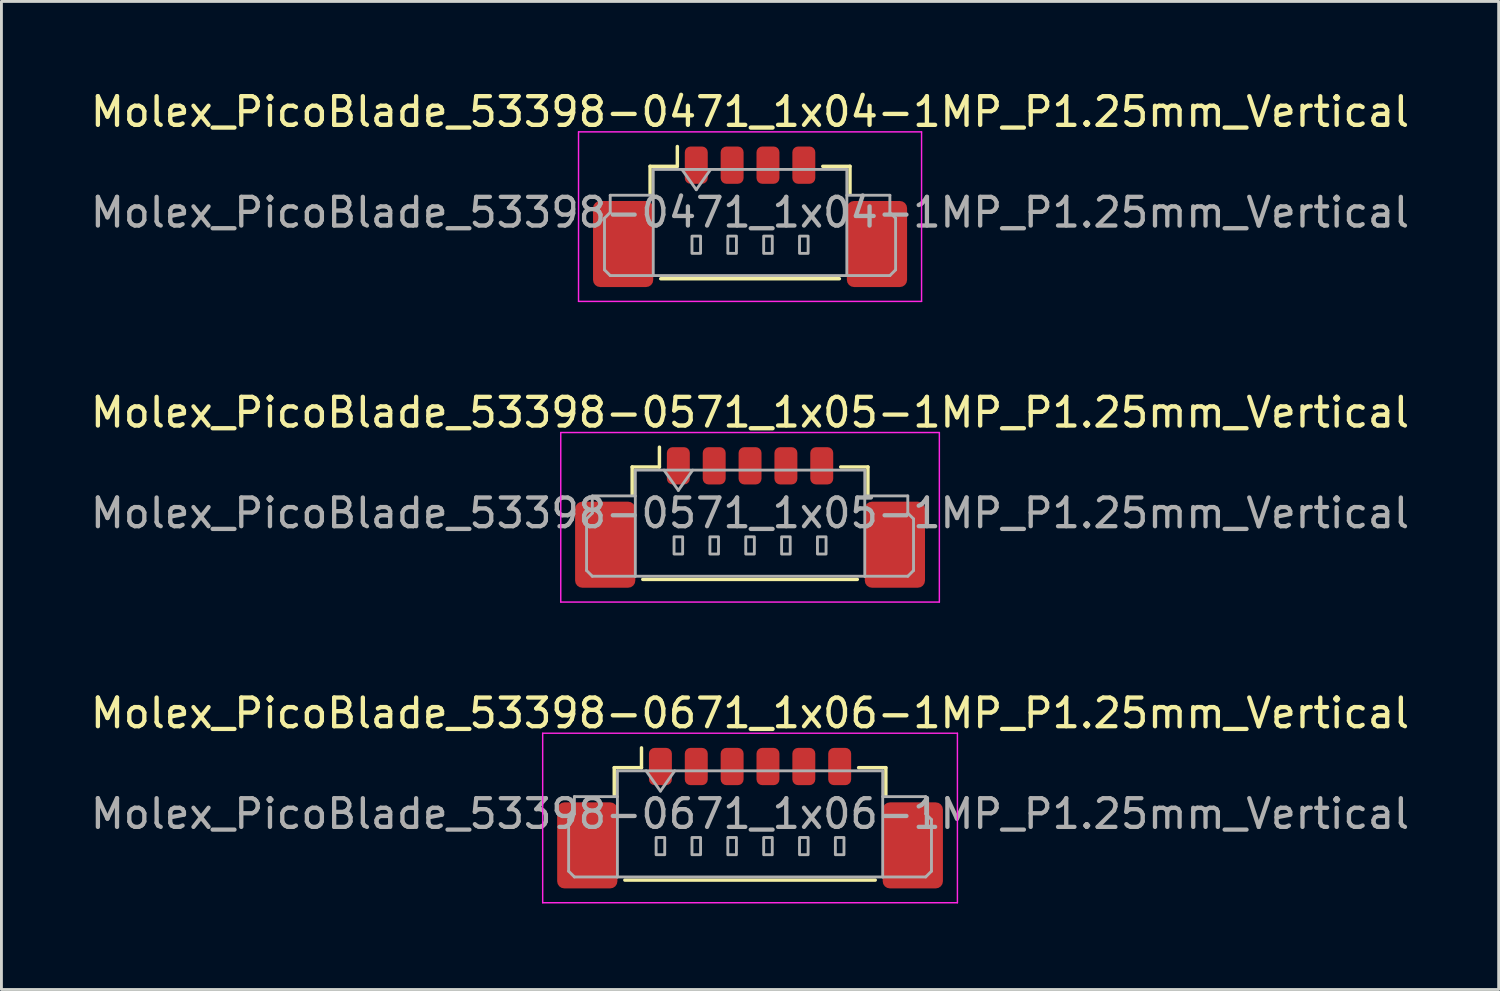
<source format=kicad_pcb>
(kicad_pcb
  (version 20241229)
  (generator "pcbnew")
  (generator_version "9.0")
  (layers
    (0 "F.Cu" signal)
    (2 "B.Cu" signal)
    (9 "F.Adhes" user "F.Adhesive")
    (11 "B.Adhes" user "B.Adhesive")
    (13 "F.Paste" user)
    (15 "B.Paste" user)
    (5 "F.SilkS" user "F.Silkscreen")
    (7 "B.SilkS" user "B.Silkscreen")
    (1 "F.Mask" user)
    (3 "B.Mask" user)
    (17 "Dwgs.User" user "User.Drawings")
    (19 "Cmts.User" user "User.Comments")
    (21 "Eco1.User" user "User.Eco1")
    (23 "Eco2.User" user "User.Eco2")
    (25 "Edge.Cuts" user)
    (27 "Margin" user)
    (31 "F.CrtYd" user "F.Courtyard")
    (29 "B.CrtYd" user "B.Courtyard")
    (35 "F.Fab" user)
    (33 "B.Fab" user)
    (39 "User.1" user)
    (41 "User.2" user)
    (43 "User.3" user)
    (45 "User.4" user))
  (footprint "Molex_PicoBlade_53398-0671_1x06-1MP_P1.25mm_Vertical"
    (layer "F.Cu")
    (at 23.101 24.925)
    (property "Reference" "Molex_PicoBlade_53398-0671_1x06-1MP_P1.25mm_Vertical" (at 0 -3.11 0) (layer "F.SilkS") (effects (font (size 1 1) (thickness 0.15))))
    (attr smd)
    (fp_line (start -4.735 -1.21) (end -3.785 -1.21) (stroke (width 0.12) (type solid)) (layer "F.SilkS"))
    (fp_line (start -4.735 -0.26) (end -4.735 -1.21) (stroke (width 0.12) (type solid)) (layer "F.SilkS"))
    (fp_line (start -4.365 2.71) (end 4.365 2.71) (stroke (width 0.12) (type solid)) (layer "F.SilkS"))
    (fp_line (start -3.785 -1.21) (end -3.785 -1.9) (stroke (width 0.12) (type solid)) (layer "F.SilkS"))
    (fp_line (start 4.735 -1.21) (end 3.785 -1.21) (stroke (width 0.12) (type solid)) (layer "F.SilkS"))
    (fp_line (start 4.735 -0.26) (end 4.735 -1.21) (stroke (width 0.12) (type solid)) (layer "F.SilkS"))
    (fp_line (start -7.23 -2.41) (end -7.23 3.5) (stroke (width 0.05) (type solid)) (layer "F.CrtYd"))
    (fp_line (start -7.23 3.5) (end 7.23 3.5) (stroke (width 0.05) (type solid)) (layer "F.CrtYd"))
    (fp_line (start 7.23 -2.41) (end -7.23 -2.41) (stroke (width 0.05) (type solid)) (layer "F.CrtYd"))
    (fp_line (start 7.23 3.5) (end 7.23 -2.41) (stroke (width 0.05) (type solid)) (layer "F.CrtYd"))
    (fp_line (start -6.325 0.6) (end -6.125 0.4) (stroke (width 0.1) (type solid)) (layer "F.Fab"))
    (fp_line (start -6.325 2.4) (end -6.325 0.6) (stroke (width 0.1) (type solid)) (layer "F.Fab"))
    (fp_line (start -6.125 -0.2) (end -4.625 -0.2) (stroke (width 0.1) (type solid)) (layer "F.Fab"))
    (fp_line (start -6.125 0.4) (end -6.125 -0.2) (stroke (width 0.1) (type solid)) (layer "F.Fab"))
    (fp_line (start -6.125 2.6) (end -6.325 2.4) (stroke (width 0.1) (type solid)) (layer "F.Fab"))
    (fp_line (start -4.625 -1.1) (end -4.625 2.6) (stroke (width 0.1) (type solid)) (layer "F.Fab"))
    (fp_line (start -4.625 -1.1) (end 4.625 -1.1) (stroke (width 0.1) (type solid)) (layer "F.Fab"))
    (fp_line (start -4.625 2.6) (end -6.125 2.6) (stroke (width 0.1) (type solid)) (layer "F.Fab"))
    (fp_line (start -4.625 2.6) (end 4.625 2.6) (stroke (width 0.1) (type solid)) (layer "F.Fab"))
    (fp_line (start -3.625 -1.1) (end -3.125 -0.393) (stroke (width 0.1) (type solid)) (layer "F.Fab"))
    (fp_line (start -3.125 -0.393) (end -2.625 -1.1) (stroke (width 0.1) (type solid)) (layer "F.Fab"))
    (fp_line (start 4.625 -1.1) (end 4.625 2.6) (stroke (width 0.1) (type solid)) (layer "F.Fab"))
    (fp_line (start 4.625 2.6) (end 6.125 2.6) (stroke (width 0.1) (type solid)) (layer "F.Fab"))
    (fp_line (start 6.125 -0.2) (end 4.625 -0.2) (stroke (width 0.1) (type solid)) (layer "F.Fab"))
    (fp_line (start 6.125 0.4) (end 6.125 -0.2) (stroke (width 0.1) (type solid)) (layer "F.Fab"))
    (fp_line (start 6.125 2.6) (end 6.325 2.4) (stroke (width 0.1) (type solid)) (layer "F.Fab"))
    (fp_line (start 6.325 0.6) (end 6.125 0.4) (stroke (width 0.1) (type solid)) (layer "F.Fab"))
    (fp_line (start 6.325 2.4) (end 6.325 0.6) (stroke (width 0.1) (type solid)) (layer "F.Fab"))
    (fp_rect (start -3.275 1.225) (end -2.975 1.825) (stroke (width 0.1) (type solid)) (fill no) (layer "F.Fab"))
    (fp_rect (start -2.025 1.225) (end -1.725 1.825) (stroke (width 0.1) (type solid)) (fill no) (layer "F.Fab"))
    (fp_rect (start -0.775 1.225) (end -0.475 1.825) (stroke (width 0.1) (type solid)) (fill no) (layer "F.Fab"))
    (fp_rect (start 0.475 1.225) (end 0.775 1.825) (stroke (width 0.1) (type solid)) (fill no) (layer "F.Fab"))
    (fp_rect (start 1.725 1.225) (end 2.025 1.825) (stroke (width 0.1) (type solid)) (fill no) (layer "F.Fab"))
    (fp_rect (start 2.975 1.225) (end 3.275 1.825) (stroke (width 0.1) (type solid)) (fill no) (layer "F.Fab"))
    (fp_text user "${REFERENCE}" (at 0 0.4 0) (layer "F.Fab") (effects (font (size 1 1) (thickness 0.15))))
    (pad "1" smd roundrect (at -3.125 -1.25) (size 0.8 1.3) (layers "F.Cu" "F.Mask" "F.Paste") (roundrect_rratio 0.25))
    (pad "2" smd roundrect (at -1.875 -1.25) (size 0.8 1.3) (layers "F.Cu" "F.Mask" "F.Paste") (roundrect_rratio 0.25))
    (pad "3" smd roundrect (at -0.625 -1.25) (size 0.8 1.3) (layers "F.Cu" "F.Mask" "F.Paste") (roundrect_rratio 0.25))
    (pad "4" smd roundrect (at 0.625 -1.25) (size 0.8 1.3) (layers "F.Cu" "F.Mask" "F.Paste") (roundrect_rratio 0.25))
    (pad "5" smd roundrect (at 1.875 -1.25) (size 0.8 1.3) (layers "F.Cu" "F.Mask" "F.Paste") (roundrect_rratio 0.25))
    (pad "6" smd roundrect (at 3.125 -1.25) (size 0.8 1.3) (layers "F.Cu" "F.Mask" "F.Paste") (roundrect_rratio 0.25))
    (pad "MP" smd roundrect (at -5.675 1.5) (size 2.1 3) (layers "F.Cu" "F.Mask" "F.Paste") (roundrect_rratio 0.119))
    (pad "MP" smd roundrect (at 5.675 1.5) (size 2.1 3) (layers "F.Cu" "F.Mask" "F.Paste") (roundrect_rratio 0.119)))
  (footprint "Molex_PicoBlade_53398-0571_1x05-1MP_P1.25mm_Vertical"
    (layer "F.Cu")
    (at 23.101 14.441)
    (property "Reference" "Molex_PicoBlade_53398-0571_1x05-1MP_P1.25mm_Vertical" (at 0 -3.11 0) (layer "F.SilkS") (effects (font (size 1 1) (thickness 0.15))))
    (attr smd)
    (fp_line (start -4.11 -1.21) (end -3.16 -1.21) (stroke (width 0.12) (type solid)) (layer "F.SilkS"))
    (fp_line (start -4.11 -0.26) (end -4.11 -1.21) (stroke (width 0.12) (type solid)) (layer "F.SilkS"))
    (fp_line (start -3.74 2.71) (end 3.74 2.71) (stroke (width 0.12) (type solid)) (layer "F.SilkS"))
    (fp_line (start -3.16 -1.21) (end -3.16 -1.9) (stroke (width 0.12) (type solid)) (layer "F.SilkS"))
    (fp_line (start 4.11 -1.21) (end 3.16 -1.21) (stroke (width 0.12) (type solid)) (layer "F.SilkS"))
    (fp_line (start 4.11 -0.26) (end 4.11 -1.21) (stroke (width 0.12) (type solid)) (layer "F.SilkS"))
    (fp_line (start -6.6 -2.41) (end -6.6 3.5) (stroke (width 0.05) (type solid)) (layer "F.CrtYd"))
    (fp_line (start -6.6 3.5) (end 6.6 3.5) (stroke (width 0.05) (type solid)) (layer "F.CrtYd"))
    (fp_line (start 6.6 -2.41) (end -6.6 -2.41) (stroke (width 0.05) (type solid)) (layer "F.CrtYd"))
    (fp_line (start 6.6 3.5) (end 6.6 -2.41) (stroke (width 0.05) (type solid)) (layer "F.CrtYd"))
    (fp_line (start -5.7 0.6) (end -5.5 0.4) (stroke (width 0.1) (type solid)) (layer "F.Fab"))
    (fp_line (start -5.7 2.4) (end -5.7 0.6) (stroke (width 0.1) (type solid)) (layer "F.Fab"))
    (fp_line (start -5.5 -0.2) (end -4 -0.2) (stroke (width 0.1) (type solid)) (layer "F.Fab"))
    (fp_line (start -5.5 0.4) (end -5.5 -0.2) (stroke (width 0.1) (type solid)) (layer "F.Fab"))
    (fp_line (start -5.5 2.6) (end -5.7 2.4) (stroke (width 0.1) (type solid)) (layer "F.Fab"))
    (fp_line (start -4 -1.1) (end -4 2.6) (stroke (width 0.1) (type solid)) (layer "F.Fab"))
    (fp_line (start -4 -1.1) (end 4 -1.1) (stroke (width 0.1) (type solid)) (layer "F.Fab"))
    (fp_line (start -4 2.6) (end -5.5 2.6) (stroke (width 0.1) (type solid)) (layer "F.Fab"))
    (fp_line (start -4 2.6) (end 4 2.6) (stroke (width 0.1) (type solid)) (layer "F.Fab"))
    (fp_line (start -3 -1.1) (end -2.5 -0.393) (stroke (width 0.1) (type solid)) (layer "F.Fab"))
    (fp_line (start -2.5 -0.393) (end -2 -1.1) (stroke (width 0.1) (type solid)) (layer "F.Fab"))
    (fp_line (start 4 -1.1) (end 4 2.6) (stroke (width 0.1) (type solid)) (layer "F.Fab"))
    (fp_line (start 4 2.6) (end 5.5 2.6) (stroke (width 0.1) (type solid)) (layer "F.Fab"))
    (fp_line (start 5.5 -0.2) (end 4 -0.2) (stroke (width 0.1) (type solid)) (layer "F.Fab"))
    (fp_line (start 5.5 0.4) (end 5.5 -0.2) (stroke (width 0.1) (type solid)) (layer "F.Fab"))
    (fp_line (start 5.5 2.6) (end 5.7 2.4) (stroke (width 0.1) (type solid)) (layer "F.Fab"))
    (fp_line (start 5.7 0.6) (end 5.5 0.4) (stroke (width 0.1) (type solid)) (layer "F.Fab"))
    (fp_line (start 5.7 2.4) (end 5.7 0.6) (stroke (width 0.1) (type solid)) (layer "F.Fab"))
    (fp_rect (start -2.65 1.225) (end -2.35 1.825) (stroke (width 0.1) (type solid)) (fill no) (layer "F.Fab"))
    (fp_rect (start -1.4 1.225) (end -1.1 1.825) (stroke (width 0.1) (type solid)) (fill no) (layer "F.Fab"))
    (fp_rect (start -0.15 1.225) (end 0.15 1.825) (stroke (width 0.1) (type solid)) (fill no) (layer "F.Fab"))
    (fp_rect (start 1.1 1.225) (end 1.4 1.825) (stroke (width 0.1) (type solid)) (fill no) (layer "F.Fab"))
    (fp_rect (start 2.35 1.225) (end 2.65 1.825) (stroke (width 0.1) (type solid)) (fill no) (layer "F.Fab"))
    (fp_text user "${REFERENCE}" (at 0 0.4 0) (layer "F.Fab") (effects (font (size 1 1) (thickness 0.15))))
    (pad "1" smd roundrect (at -2.5 -1.25) (size 0.8 1.3) (layers "F.Cu" "F.Mask" "F.Paste") (roundrect_rratio 0.25))
    (pad "2" smd roundrect (at -1.25 -1.25) (size 0.8 1.3) (layers "F.Cu" "F.Mask" "F.Paste") (roundrect_rratio 0.25))
    (pad "3" smd roundrect (at 0 -1.25) (size 0.8 1.3) (layers "F.Cu" "F.Mask" "F.Paste") (roundrect_rratio 0.25))
    (pad "4" smd roundrect (at 1.25 -1.25) (size 0.8 1.3) (layers "F.Cu" "F.Mask" "F.Paste") (roundrect_rratio 0.25))
    (pad "5" smd roundrect (at 2.5 -1.25) (size 0.8 1.3) (layers "F.Cu" "F.Mask" "F.Paste") (roundrect_rratio 0.25))
    (pad "MP" smd roundrect (at -5.05 1.5) (size 2.1 3) (layers "F.Cu" "F.Mask" "F.Paste") (roundrect_rratio 0.119))
    (pad "MP" smd roundrect (at 5.05 1.5) (size 2.1 3) (layers "F.Cu" "F.Mask" "F.Paste") (roundrect_rratio 0.119)))
  (footprint "Molex_PicoBlade_53398-0471_1x04-1MP_P1.25mm_Vertical"
    (layer "F.Cu")
    (at 23.101 3.958)
    (property "Reference" "Molex_PicoBlade_53398-0471_1x04-1MP_P1.25mm_Vertical" (at 0 -3.11 0) (layer "F.SilkS") (effects (font (size 1 1) (thickness 0.15))))
    (attr smd)
    (fp_line (start -3.485 -1.21) (end -2.535 -1.21) (stroke (width 0.12) (type solid)) (layer "F.SilkS"))
    (fp_line (start -3.485 -0.26) (end -3.485 -1.21) (stroke (width 0.12) (type solid)) (layer "F.SilkS"))
    (fp_line (start -3.115 2.71) (end 3.115 2.71) (stroke (width 0.12) (type solid)) (layer "F.SilkS"))
    (fp_line (start -2.535 -1.21) (end -2.535 -1.9) (stroke (width 0.12) (type solid)) (layer "F.SilkS"))
    (fp_line (start 3.485 -1.21) (end 2.535 -1.21) (stroke (width 0.12) (type solid)) (layer "F.SilkS"))
    (fp_line (start 3.485 -0.26) (end 3.485 -1.21) (stroke (width 0.12) (type solid)) (layer "F.SilkS"))
    (fp_line (start -5.98 -2.41) (end -5.98 3.5) (stroke (width 0.05) (type solid)) (layer "F.CrtYd"))
    (fp_line (start -5.98 3.5) (end 5.98 3.5) (stroke (width 0.05) (type solid)) (layer "F.CrtYd"))
    (fp_line (start 5.98 -2.41) (end -5.98 -2.41) (stroke (width 0.05) (type solid)) (layer "F.CrtYd"))
    (fp_line (start 5.98 3.5) (end 5.98 -2.41) (stroke (width 0.05) (type solid)) (layer "F.CrtYd"))
    (fp_line (start -5.075 0.6) (end -4.875 0.4) (stroke (width 0.1) (type solid)) (layer "F.Fab"))
    (fp_line (start -5.075 2.4) (end -5.075 0.6) (stroke (width 0.1) (type solid)) (layer "F.Fab"))
    (fp_line (start -4.875 -0.2) (end -3.375 -0.2) (stroke (width 0.1) (type solid)) (layer "F.Fab"))
    (fp_line (start -4.875 0.4) (end -4.875 -0.2) (stroke (width 0.1) (type solid)) (layer "F.Fab"))
    (fp_line (start -4.875 2.6) (end -5.075 2.4) (stroke (width 0.1) (type solid)) (layer "F.Fab"))
    (fp_line (start -3.375 -1.1) (end -3.375 2.6) (stroke (width 0.1) (type solid)) (layer "F.Fab"))
    (fp_line (start -3.375 -1.1) (end 3.375 -1.1) (stroke (width 0.1) (type solid)) (layer "F.Fab"))
    (fp_line (start -3.375 2.6) (end -4.875 2.6) (stroke (width 0.1) (type solid)) (layer "F.Fab"))
    (fp_line (start -3.375 2.6) (end 3.375 2.6) (stroke (width 0.1) (type solid)) (layer "F.Fab"))
    (fp_line (start -2.375 -1.1) (end -1.875 -0.393) (stroke (width 0.1) (type solid)) (layer "F.Fab"))
    (fp_line (start -1.875 -0.393) (end -1.375 -1.1) (stroke (width 0.1) (type solid)) (layer "F.Fab"))
    (fp_line (start 3.375 -1.1) (end 3.375 2.6) (stroke (width 0.1) (type solid)) (layer "F.Fab"))
    (fp_line (start 3.375 2.6) (end 4.875 2.6) (stroke (width 0.1) (type solid)) (layer "F.Fab"))
    (fp_line (start 4.875 -0.2) (end 3.375 -0.2) (stroke (width 0.1) (type solid)) (layer "F.Fab"))
    (fp_line (start 4.875 0.4) (end 4.875 -0.2) (stroke (width 0.1) (type solid)) (layer "F.Fab"))
    (fp_line (start 4.875 2.6) (end 5.075 2.4) (stroke (width 0.1) (type solid)) (layer "F.Fab"))
    (fp_line (start 5.075 0.6) (end 4.875 0.4) (stroke (width 0.1) (type solid)) (layer "F.Fab"))
    (fp_line (start 5.075 2.4) (end 5.075 0.6) (stroke (width 0.1) (type solid)) (layer "F.Fab"))
    (fp_rect (start -2.025 1.225) (end -1.725 1.825) (stroke (width 0.1) (type solid)) (fill no) (layer "F.Fab"))
    (fp_rect (start -0.775 1.225) (end -0.475 1.825) (stroke (width 0.1) (type solid)) (fill no) (layer "F.Fab"))
    (fp_rect (start 0.475 1.225) (end 0.775 1.825) (stroke (width 0.1) (type solid)) (fill no) (layer "F.Fab"))
    (fp_rect (start 1.725 1.225) (end 2.025 1.825) (stroke (width 0.1) (type solid)) (fill no) (layer "F.Fab"))
    (fp_text user "${REFERENCE}" (at 0 0.4 0) (layer "F.Fab") (effects (font (size 1 1) (thickness 0.15))))
    (pad "1" smd roundrect (at -1.875 -1.25) (size 0.8 1.3) (layers "F.Cu" "F.Mask" "F.Paste") (roundrect_rratio 0.25))
    (pad "2" smd roundrect (at -0.625 -1.25) (size 0.8 1.3) (layers "F.Cu" "F.Mask" "F.Paste") (roundrect_rratio 0.25))
    (pad "3" smd roundrect (at 0.625 -1.25) (size 0.8 1.3) (layers "F.Cu" "F.Mask" "F.Paste") (roundrect_rratio 0.25))
    (pad "4" smd roundrect (at 1.875 -1.25) (size 0.8 1.3) (layers "F.Cu" "F.Mask" "F.Paste") (roundrect_rratio 0.25))
    (pad "MP" smd roundrect (at -4.425 1.5) (size 2.1 3) (layers "F.Cu" "F.Mask" "F.Paste") (roundrect_rratio 0.119))
    (pad "MP" smd roundrect (at 4.425 1.5) (size 2.1 3) (layers "F.Cu" "F.Mask" "F.Paste") (roundrect_rratio 0.119)))
  (gr_rect
    (start -3 -3)
    (end 49.202 31.45)
    (stroke (width 0.1) (type default))
    (fill no)
    (layer "Edge.Cuts")))
</source>
